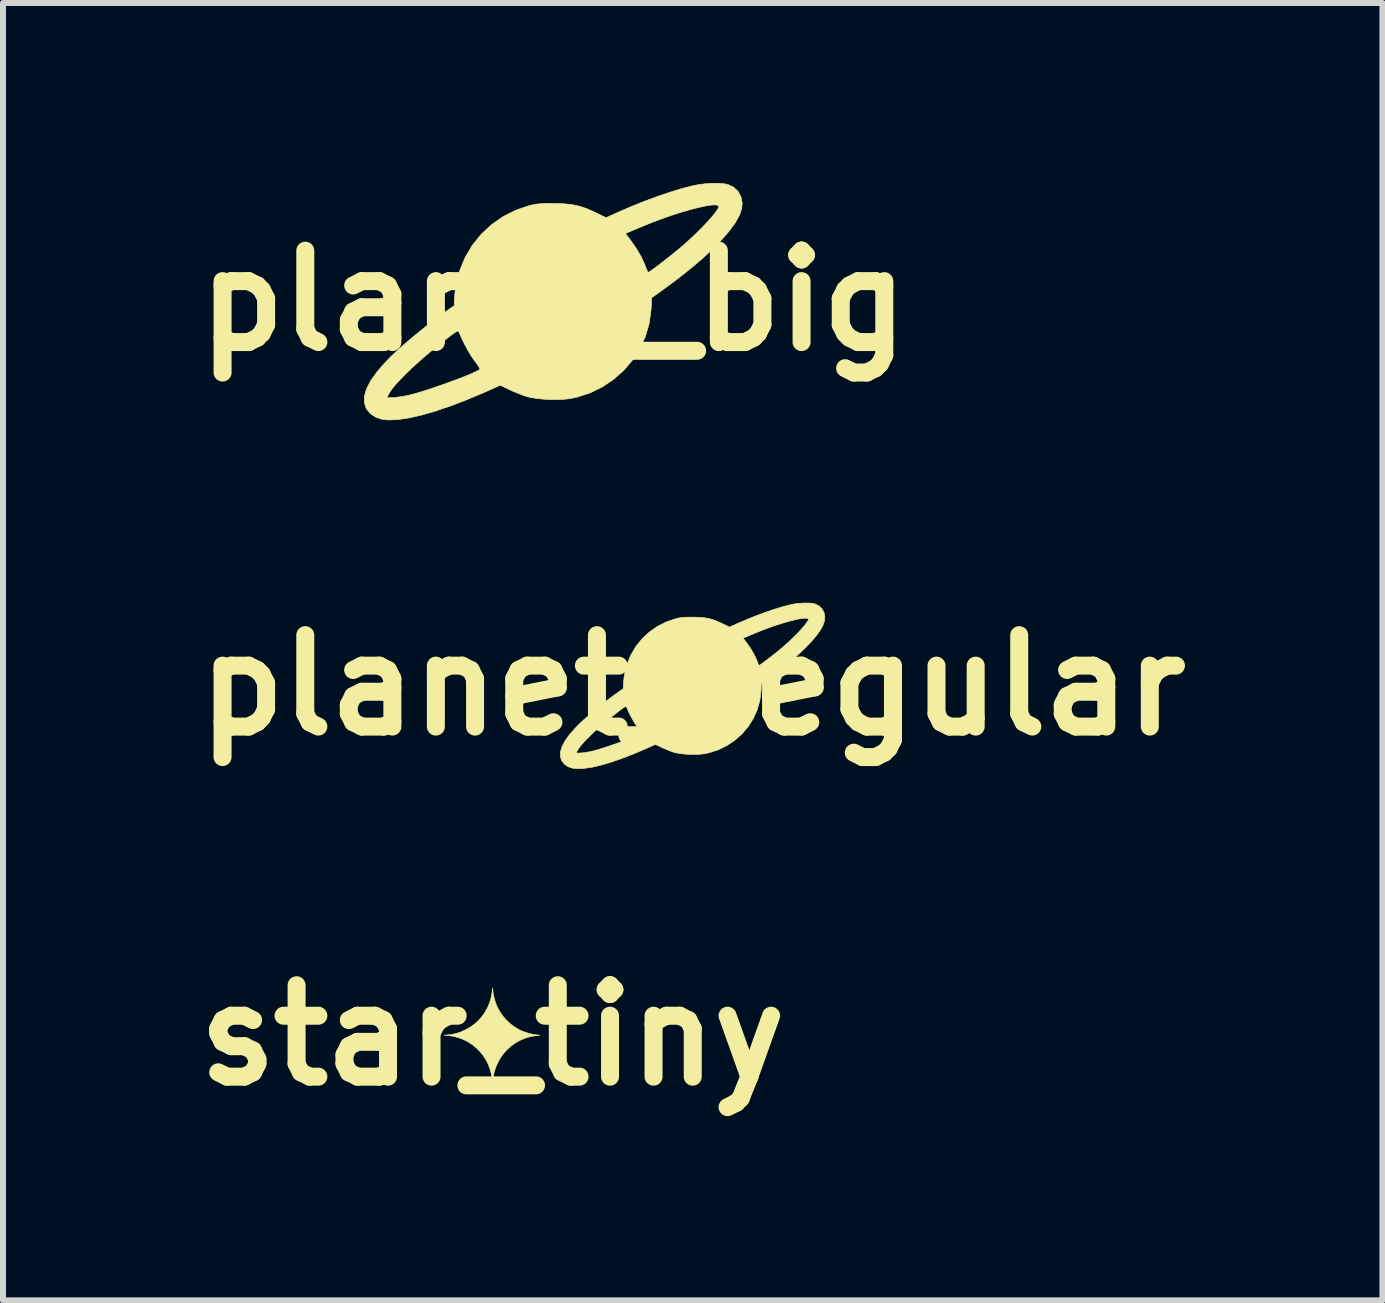
<source format=kicad_pcb>
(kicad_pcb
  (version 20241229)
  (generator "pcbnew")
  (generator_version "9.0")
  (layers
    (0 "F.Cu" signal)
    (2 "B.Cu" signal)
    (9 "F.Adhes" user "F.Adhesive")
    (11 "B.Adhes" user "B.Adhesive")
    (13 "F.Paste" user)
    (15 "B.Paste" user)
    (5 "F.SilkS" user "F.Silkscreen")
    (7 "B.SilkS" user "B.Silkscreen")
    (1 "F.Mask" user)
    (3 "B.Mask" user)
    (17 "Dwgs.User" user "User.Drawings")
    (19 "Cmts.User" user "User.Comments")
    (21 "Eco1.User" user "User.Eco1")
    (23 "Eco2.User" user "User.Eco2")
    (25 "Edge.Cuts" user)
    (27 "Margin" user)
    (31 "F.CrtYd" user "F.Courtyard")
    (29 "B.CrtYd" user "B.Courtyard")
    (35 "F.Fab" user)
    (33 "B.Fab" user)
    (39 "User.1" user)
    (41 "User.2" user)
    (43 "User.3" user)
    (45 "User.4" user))
  (footprint "planet_regular"
    (layer "F.Cu")
    (at 8.498 8.373)
    (property "Reference" "planet_regular" (at 0 0 0) (layer "F.SilkS") (effects (font (size 1.524 1.524) (thickness 0.3))))
    (attr through_hole)
    (fp_poly (pts (xy 1.996 -1.365) (xy 2.036 -1.356) (xy 2.104 -1.324) (xy 2.156 -1.274) (xy 2.19 -1.21) (xy 2.203 -1.137) (xy 2.197 -1.074) (xy 2.171 -0.998) (xy 2.124 -0.913) (xy 2.056 -0.819) (xy 1.968 -0.717) (xy 1.862 -0.608) (xy 1.739 -0.493) (xy 1.6 -0.374) (xy 1.445 -0.252) (xy 1.276 -0.127) (xy 1.262 -0.118) (xy 1.146 -0.035) (xy 1.139 0.1) (xy 1.118 0.26) (xy 1.074 0.413) (xy 1.009 0.557) (xy 0.924 0.691) (xy 0.822 0.811) (xy 0.703 0.917) (xy 0.571 1.006) (xy 0.426 1.077) (xy 0.271 1.126) (xy 0.185 1.144) (xy 0.105 1.152) (xy 0.012 1.154) (xy -0.086 1.151) (xy -0.181 1.143) (xy -0.265 1.13) (xy -0.311 1.119) (xy -0.364 1.101) (xy -0.429 1.075) (xy -0.493 1.048) (xy -0.51 1.04) (xy -0.621 0.987) (xy -0.809 1.07) (xy -1.013 1.156) (xy -1.204 1.229) (xy -1.381 1.289) (xy -1.543 1.336) (xy -1.688 1.369) (xy -1.816 1.387) (xy -1.925 1.391) (xy -1.998 1.384) (xy -2.073 1.36) (xy -2.135 1.319) (xy -2.181 1.263) (xy -2.186 1.255) (xy -2.207 1.187) (xy -2.206 1.13) (xy -1.945 1.13) (xy -1.88 1.13) (xy -1.839 1.128) (xy -1.782 1.12) (xy -1.72 1.109) (xy -1.693 1.104) (xy -1.634 1.089) (xy -1.561 1.068) (xy -1.477 1.042) (xy -1.387 1.012) (xy -1.294 0.98) (xy -1.201 0.947) (xy -1.113 0.914) (xy -1.032 0.882) (xy -0.962 0.853) (xy -0.907 0.828) (xy -0.871 0.809) (xy -0.859 0.801) (xy -0.862 0.787) (xy -0.878 0.759) (xy -0.904 0.722) (xy -0.913 0.71) (xy -0.951 0.657) (xy -0.993 0.588) (xy -1.035 0.511) (xy -1.074 0.433) (xy -1.1 0.371) (xy -1.106 0.359) (xy -1.114 0.354) (xy -1.128 0.358) (xy -1.151 0.372) (xy -1.188 0.399) (xy -1.234 0.434) (xy -1.347 0.523) (xy -1.457 0.613) (xy -1.561 0.703) (xy -1.657 0.79) (xy -1.741 0.872) (xy -1.813 0.946) (xy -1.87 1.012) (xy -1.908 1.065) (xy -1.915 1.077) (xy -1.945 1.13) (xy -2.206 1.13) (xy -2.205 1.11) (xy -2.18 1.026) (xy -2.132 0.933) (xy -2.06 0.832) (xy -1.965 0.722) (xy -1.888 0.643) (xy -1.815 0.575) (xy -1.726 0.496) (xy -1.627 0.413) (xy -1.523 0.328) (xy -1.42 0.247) (xy -1.323 0.174) (xy -1.274 0.139) (xy -1.157 0.057) (xy -1.156 -0.008) (xy -1.154 -0.052) (xy -1.147 -0.11) (xy -1.139 -0.17) (xy -1.137 -0.182) (xy -1.095 -0.348) (xy -1.032 -0.503) (xy -0.948 -0.645) (xy -0.845 -0.774) (xy -0.833 -0.785) (xy 0.84 -0.785) (xy 0.902 -0.704) (xy 0.967 -0.61) (xy 1.024 -0.512) (xy 1.067 -0.42) (xy 1.075 -0.397) (xy 1.089 -0.36) (xy 1.101 -0.336) (xy 1.106 -0.33) (xy 1.119 -0.337) (xy 1.148 -0.357) (xy 1.188 -0.387) (xy 1.234 -0.421) (xy 1.335 -0.499) (xy 1.421 -0.567) (xy 1.496 -0.63) (xy 1.565 -0.691) (xy 1.635 -0.756) (xy 1.681 -0.8) (xy 1.749 -0.868) (xy 1.809 -0.932) (xy 1.86 -0.991) (xy 1.898 -1.04) (xy 1.923 -1.078) (xy 1.93 -1.1) (xy 1.919 -1.114) (xy 1.886 -1.118) (xy 1.835 -1.115) (xy 1.767 -1.104) (xy 1.686 -1.086) (xy 1.592 -1.062) (xy 1.49 -1.032) (xy 1.38 -0.997) (xy 1.266 -0.957) (xy 1.15 -0.913) (xy 1.035 -0.867) (xy 1.026 -0.863) (xy 0.84 -0.785) (xy -0.833 -0.785) (xy -0.724 -0.887) (xy -0.588 -0.981) (xy -0.437 -1.057) (xy -0.29 -1.107) (xy -0.24 -1.12) (xy -0.193 -1.128) (xy -0.141 -1.133) (xy -0.078 -1.135) (xy 0 -1.135) (xy 0.115 -1.132) (xy 0.212 -1.122) (xy 0.3 -1.104) (xy 0.386 -1.075) (xy 0.479 -1.034) (xy 0.5 -1.024) (xy 0.613 -0.969) (xy 0.761 -1.035) (xy 0.912 -1.1) (xy 1.066 -1.162) (xy 1.218 -1.218) (xy 1.363 -1.267) (xy 1.497 -1.308) (xy 1.616 -1.339) (xy 1.675 -1.352) (xy 1.759 -1.364) (xy 1.845 -1.37) (xy 1.926 -1.37) (xy 1.996 -1.365)) (stroke (width 0.01) (type solid)) (fill yes) (layer "F.SilkS")))
  (footprint "star_tiny"
    (layer "F.Cu")
    (at 5.16 14.209)
    (property "Reference" "star_tiny" (at 0 0 0) (layer "F.SilkS") (effects (font (size 1.524 1.524) (thickness 0.3))))
    (attr through_hole)
    (fp_poly (pts (xy 0.004 -0.788) (xy 0.004 -0.779) (xy 0.004 -0.771) (xy 0.008 -0.725) (xy 0.016 -0.673) (xy 0.029 -0.618) (xy 0.045 -0.562) (xy 0.064 -0.509) (xy 0.08 -0.471) (xy 0.122 -0.394) (xy 0.172 -0.322) (xy 0.23 -0.255) (xy 0.294 -0.195) (xy 0.365 -0.141) (xy 0.44 -0.096) (xy 0.46 -0.086) (xy 0.513 -0.063) (xy 0.57 -0.043) (xy 0.628 -0.026) (xy 0.686 -0.014) (xy 0.74 -0.006) (xy 0.771 -0.004) (xy 0.785 -0.004) (xy 0.792 -0.004) (xy 0.79 -0.003) (xy 0.781 -0.001) (xy 0.762 0.001) (xy 0.748 0.003) (xy 0.661 0.016) (xy 0.581 0.035) (xy 0.507 0.062) (xy 0.436 0.095) (xy 0.377 0.13) (xy 0.303 0.184) (xy 0.237 0.244) (xy 0.178 0.311) (xy 0.127 0.384) (xy 0.089 0.455) (xy 0.055 0.531) (xy 0.03 0.606) (xy 0.014 0.682) (xy 0.006 0.749) (xy 0.002 0.8) (xy -0.002 0.754) (xy -0.015 0.663) (xy -0.037 0.576) (xy -0.067 0.493) (xy -0.106 0.414) (xy -0.152 0.341) (xy -0.206 0.274) (xy -0.266 0.213) (xy -0.333 0.158) (xy -0.405 0.111) (xy -0.482 0.071) (xy -0.565 0.04) (xy -0.652 0.017) (xy -0.742 0.003) (xy -0.758 0.002) (xy -0.805 -0.002) (xy -0.752 -0.006) (xy -0.675 -0.015) (xy -0.6 -0.032) (xy -0.525 -0.057) (xy -0.455 -0.089) (xy -0.375 -0.133) (xy -0.302 -0.185) (xy -0.236 -0.244) (xy -0.178 -0.309) (xy -0.127 -0.381) (xy -0.084 -0.458) (xy -0.049 -0.54) (xy -0.023 -0.627) (xy -0.006 -0.719) (xy -0.003 -0.742) (xy -0.000329 -0.767) (xy 0.002 -0.782) (xy 0.003 -0.789) (xy 0.004 -0.788)) (stroke (width 0.01) (type solid)) (fill yes) (layer "F.SilkS")))
  (footprint "planet_big"
    (layer "F.Cu")
    (at 6.176 1.963)
    (property "Reference" "planet_big" (at 0 0 0) (layer "F.SilkS") (effects (font (size 1.524 1.524) (thickness 0.3))))
    (attr through_hole)
    (fp_poly (pts (xy 2.851 -1.949) (xy 2.909 -1.937) (xy 3.006 -1.891) (xy 3.08 -1.819) (xy 3.128 -1.729) (xy 3.147 -1.624) (xy 3.139 -1.534) (xy 3.102 -1.426) (xy 3.034 -1.304) (xy 2.937 -1.17) (xy 2.812 -1.024) (xy 2.661 -0.868) (xy 2.485 -0.704) (xy 2.285 -0.535) (xy 2.064 -0.36) (xy 1.823 -0.182) (xy 1.804 -0.168) (xy 1.638 -0.05) (xy 1.628 0.143) (xy 1.598 0.371) (xy 1.535 0.59) (xy 1.442 0.796) (xy 1.321 0.987) (xy 1.174 1.159) (xy 1.005 1.31) (xy 0.816 1.437) (xy 0.609 1.538) (xy 0.387 1.609) (xy 0.265 1.634) (xy 0.15 1.646) (xy 0.017 1.649) (xy -0.123 1.645) (xy -0.259 1.633) (xy -0.379 1.614) (xy -0.444 1.598) (xy -0.52 1.572) (xy -0.613 1.536) (xy -0.704 1.497) (xy -0.728 1.485) (xy -0.887 1.41) (xy -1.155 1.529) (xy -1.447 1.652) (xy -1.72 1.756) (xy -1.973 1.842) (xy -2.204 1.908) (xy -2.411 1.955) (xy -2.594 1.982) (xy -2.75 1.988) (xy -2.855 1.978) (xy -2.961 1.943) (xy -3.051 1.884) (xy -3.116 1.805) (xy -3.122 1.793) (xy -3.153 1.695) (xy -3.151 1.615) (xy -2.778 1.615) (xy -2.686 1.615) (xy -2.626 1.611) (xy -2.545 1.6) (xy -2.457 1.585) (xy -2.419 1.577) (xy -2.334 1.556) (xy -2.23 1.526) (xy -2.111 1.489) (xy -1.982 1.446) (xy -1.849 1.4) (xy -1.716 1.352) (xy -1.589 1.305) (xy -1.474 1.26) (xy -1.374 1.219) (xy -1.296 1.183) (xy -1.244 1.156) (xy -1.228 1.144) (xy -1.231 1.124) (xy -1.254 1.084) (xy -1.291 1.032) (xy -1.305 1.014) (xy -1.359 0.939) (xy -1.419 0.841) (xy -1.479 0.73) (xy -1.534 0.618) (xy -1.572 0.529) (xy -1.58 0.512) (xy -1.591 0.506) (xy -1.611 0.511) (xy -1.644 0.532) (xy -1.697 0.57) (xy -1.763 0.62) (xy -1.925 0.747) (xy -2.082 0.876) (xy -2.23 1.004) (xy -2.367 1.128) (xy -2.488 1.245) (xy -2.59 1.352) (xy -2.671 1.445) (xy -2.726 1.521) (xy -2.736 1.538) (xy -2.778 1.615) (xy -3.151 1.615) (xy -3.15 1.586) (xy -3.115 1.466) (xy -3.046 1.333) (xy -2.943 1.189) (xy -2.807 1.032) (xy -2.697 0.919) (xy -2.593 0.821) (xy -2.466 0.709) (xy -2.325 0.59) (xy -2.176 0.469) (xy -2.029 0.353) (xy -1.889 0.249) (xy -1.82 0.199) (xy -1.653 0.082) (xy -1.652 -0.011) (xy -1.648 -0.074) (xy -1.639 -0.157) (xy -1.627 -0.243) (xy -1.624 -0.26) (xy -1.565 -0.497) (xy -1.474 -0.718) (xy -1.354 -0.922) (xy -1.206 -1.106) (xy -1.19 -1.121) (xy 1.2 -1.121) (xy 1.288 -1.005) (xy 1.382 -0.871) (xy 1.463 -0.732) (xy 1.524 -0.599) (xy 1.536 -0.567) (xy 1.556 -0.515) (xy 1.573 -0.48) (xy 1.581 -0.472) (xy 1.599 -0.482) (xy 1.64 -0.51) (xy 1.697 -0.552) (xy 1.762 -0.601) (xy 1.907 -0.713) (xy 2.029 -0.811) (xy 2.137 -0.9) (xy 2.236 -0.988) (xy 2.336 -1.08) (xy 2.401 -1.143) (xy 2.498 -1.24) (xy 2.584 -1.332) (xy 2.657 -1.415) (xy 2.712 -1.486) (xy 2.747 -1.54) (xy 2.758 -1.571) (xy 2.741 -1.591) (xy 2.695 -1.598) (xy 2.622 -1.593) (xy 2.525 -1.577) (xy 2.408 -1.551) (xy 2.275 -1.517) (xy 2.128 -1.474) (xy 1.972 -1.424) (xy 1.809 -1.367) (xy 1.643 -1.305) (xy 1.478 -1.238) (xy 1.466 -1.233) (xy 1.2 -1.121) (xy -1.19 -1.121) (xy -1.034 -1.266) (xy -0.84 -1.402) (xy -0.625 -1.51) (xy -0.414 -1.582) (xy -0.343 -1.599) (xy -0.276 -1.611) (xy -0.202 -1.618) (xy -0.111 -1.622) (xy 0 -1.622) (xy 0.164 -1.617) (xy 0.303 -1.603) (xy 0.429 -1.577) (xy 0.552 -1.536) (xy 0.685 -1.478) (xy 0.714 -1.463) (xy 0.876 -1.384) (xy 1.087 -1.479) (xy 1.303 -1.572) (xy 1.523 -1.66) (xy 1.739 -1.74) (xy 1.947 -1.81) (xy 2.138 -1.869) (xy 2.308 -1.913) (xy 2.394 -1.931) (xy 2.512 -1.948) (xy 2.635 -1.957) (xy 2.752 -1.958) (xy 2.851 -1.949)) (stroke (width 0.01) (type solid)) (fill yes) (layer "F.SilkS")))
  (gr_rect
    (start -3 -3)
    (end 19.996 18.627)
    (stroke (width 0.1) (type default))
    (fill no)
    (layer "Edge.Cuts")))
</source>
